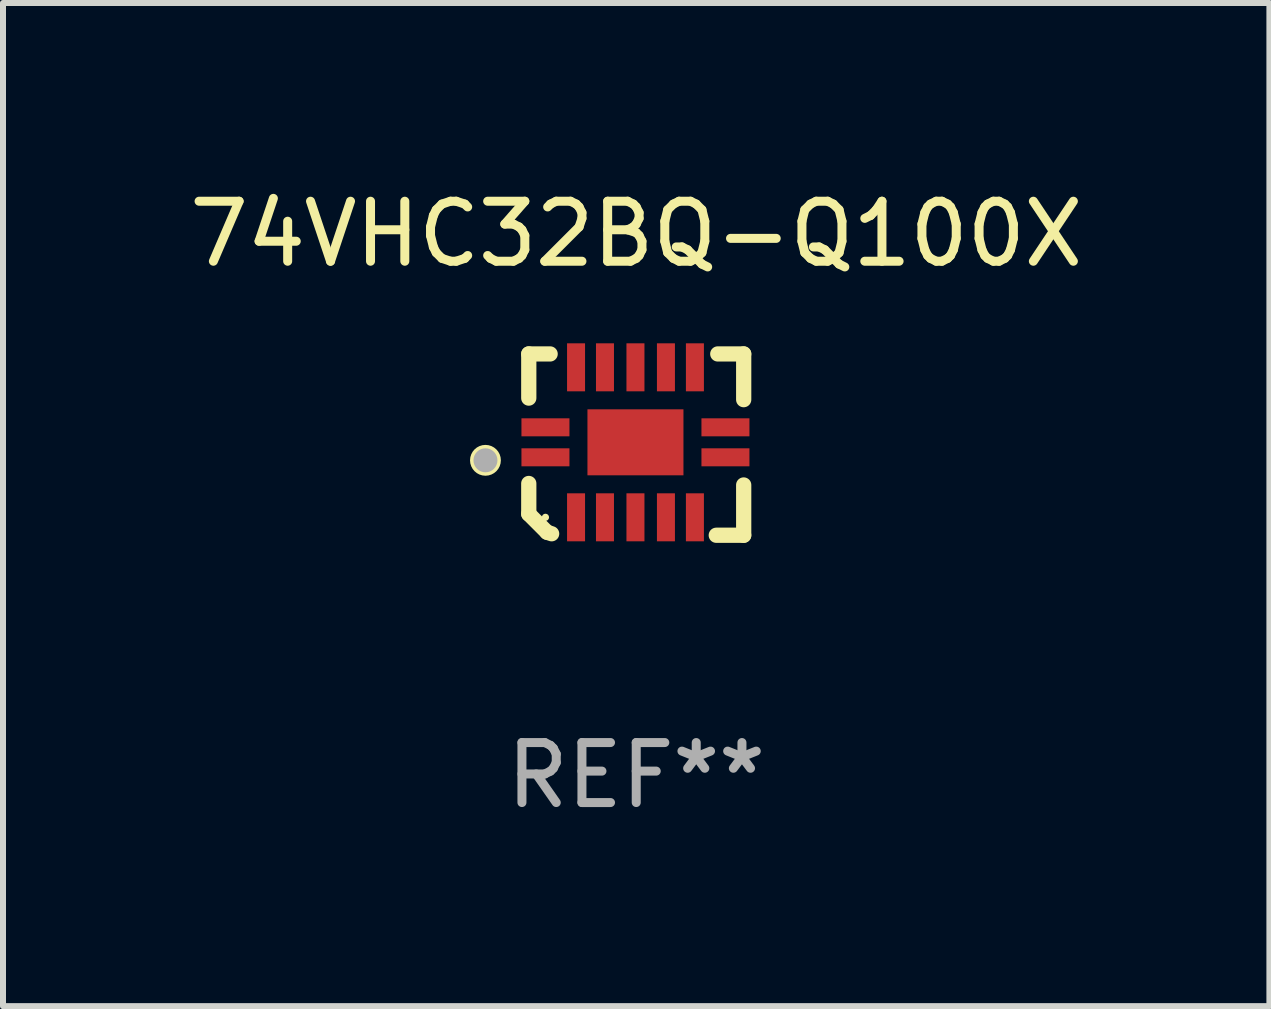
<source format=kicad_pcb>
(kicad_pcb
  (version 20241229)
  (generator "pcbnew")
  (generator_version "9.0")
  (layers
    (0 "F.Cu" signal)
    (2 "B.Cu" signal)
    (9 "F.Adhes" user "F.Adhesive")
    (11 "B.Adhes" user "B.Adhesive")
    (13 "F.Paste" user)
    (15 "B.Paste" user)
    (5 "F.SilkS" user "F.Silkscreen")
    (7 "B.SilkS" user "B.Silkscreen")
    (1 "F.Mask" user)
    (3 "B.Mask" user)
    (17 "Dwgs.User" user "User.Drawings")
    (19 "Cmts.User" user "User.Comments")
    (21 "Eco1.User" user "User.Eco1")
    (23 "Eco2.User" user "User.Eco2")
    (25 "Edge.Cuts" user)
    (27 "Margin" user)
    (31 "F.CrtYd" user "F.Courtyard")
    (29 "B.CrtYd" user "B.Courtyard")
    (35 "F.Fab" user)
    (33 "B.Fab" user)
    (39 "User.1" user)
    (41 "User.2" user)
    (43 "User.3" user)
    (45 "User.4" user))
  (footprint "74VHC32BQ-Q100X"
    (layer "F.Cu")
    (at 7.554 4.36)
    (property "Reference" "74VHC32BQ-Q100X" (at 0 -3.511 0) (layer "F.SilkS") (effects (font (size 1 1) (thickness 0.15))))
    (attr through_hole)
    (fp_line (start -1.791 -1.511) (end -1.435 -1.511) (stroke (width 0.254) (type solid)) (layer "F.SilkS"))
    (fp_line (start -1.791 -0.775) (end -1.791 -1.511) (stroke (width 0.254) (type solid)) (layer "F.SilkS"))
    (fp_line (start -1.791 1.156) (end -1.791 0.648) (stroke (width 0.254) (type solid)) (layer "F.SilkS"))
    (fp_line (start -1.486 1.461) (end -1.791 1.156) (stroke (width 0.254) (type solid)) (layer "F.SilkS"))
    (fp_line (start -1.41 1.486) (end -1.486 1.461) (stroke (width 0.254) (type solid)) (layer "F.SilkS"))
    (fp_line (start 1.334 1.511) (end 1.791 1.511) (stroke (width 0.254) (type solid)) (layer "F.SilkS"))
    (fp_line (start 1.791 -1.511) (end 1.359 -1.511) (stroke (width 0.254) (type solid)) (layer "F.SilkS"))
    (fp_line (start 1.791 -0.749) (end 1.791 -1.511) (stroke (width 0.254) (type solid)) (layer "F.SilkS"))
    (fp_line (start 1.791 1.511) (end 1.791 0.673) (stroke (width 0.254) (type solid)) (layer "F.SilkS"))
    (fp_circle (center -2.513 0.262) (end -2.383 0.262) (stroke (width 0.254) (type solid)) (fill no) (layer "F.SilkS"))
    (fp_circle (center -1.513 1.212) (end -1.483 1.212) (stroke (width 0.06) (type solid)) (fill no) (layer "F.SilkS"))
    (fp_circle (center -2.513 0.262) (end -2.413 0.262) (stroke (width 0.2) (type solid)) (fill no) (layer "F.Fab"))
    (fp_text user "REF**" (at 0 5.511 0) (layer "F.Fab") (effects (font (size 1 1) (thickness 0.15))))
    (pad "1" smd rect (at -1.513 0.212) (size 0.8 0.3) (layers "F.Cu" "F.Mask" "F.Paste"))
    (pad "2" smd rect (at -1.003 1.212) (size 0.3 0.8) (layers "F.Cu" "F.Mask" "F.Paste"))
    (pad "3" smd rect (at -0.521 1.212) (size 0.3 0.8) (layers "F.Cu" "F.Mask" "F.Paste"))
    (pad "4" smd rect (at -0.013 1.212) (size 0.3 0.8) (layers "F.Cu" "F.Mask" "F.Paste"))
    (pad "5" smd rect (at 0.495 1.212) (size 0.3 0.8) (layers "F.Cu" "F.Mask" "F.Paste"))
    (pad "6" smd rect (at 0.978 1.212) (size 0.3 0.8) (layers "F.Cu" "F.Mask" "F.Paste"))
    (pad "7" smd rect (at 1.487 0.212) (size 0.8 0.3) (layers "F.Cu" "F.Mask" "F.Paste"))
    (pad "8" smd rect (at 1.487 -0.288) (size 0.8 0.3) (layers "F.Cu" "F.Mask" "F.Paste"))
    (pad "9" smd rect (at 0.978 -1.288) (size 0.3 0.8) (layers "F.Cu" "F.Mask" "F.Paste"))
    (pad "10" smd rect (at 0.495 -1.288) (size 0.3 0.8) (layers "F.Cu" "F.Mask" "F.Paste"))
    (pad "11" smd rect (at -0.013 -1.288) (size 0.3 0.8) (layers "F.Cu" "F.Mask" "F.Paste"))
    (pad "12" smd rect (at -0.521 -1.288) (size 0.3 0.8) (layers "F.Cu" "F.Mask" "F.Paste"))
    (pad "13" smd rect (at -1.003 -1.288) (size 0.3 0.8) (layers "F.Cu" "F.Mask" "F.Paste"))
    (pad "14" smd rect (at -1.513 -0.288) (size 0.8 0.3) (layers "F.Cu" "F.Mask" "F.Paste"))
    (pad "15" smd rect (at -0.013 -0.038 90) (size 1.1 1.6) (layers "F.Cu" "F.Mask" "F.Paste")))
  (gr_rect
    (start -3 -3)
    (end 18.107 13.719)
    (stroke (width 0.1) (type default))
    (fill no)
    (layer "Edge.Cuts")))
</source>
